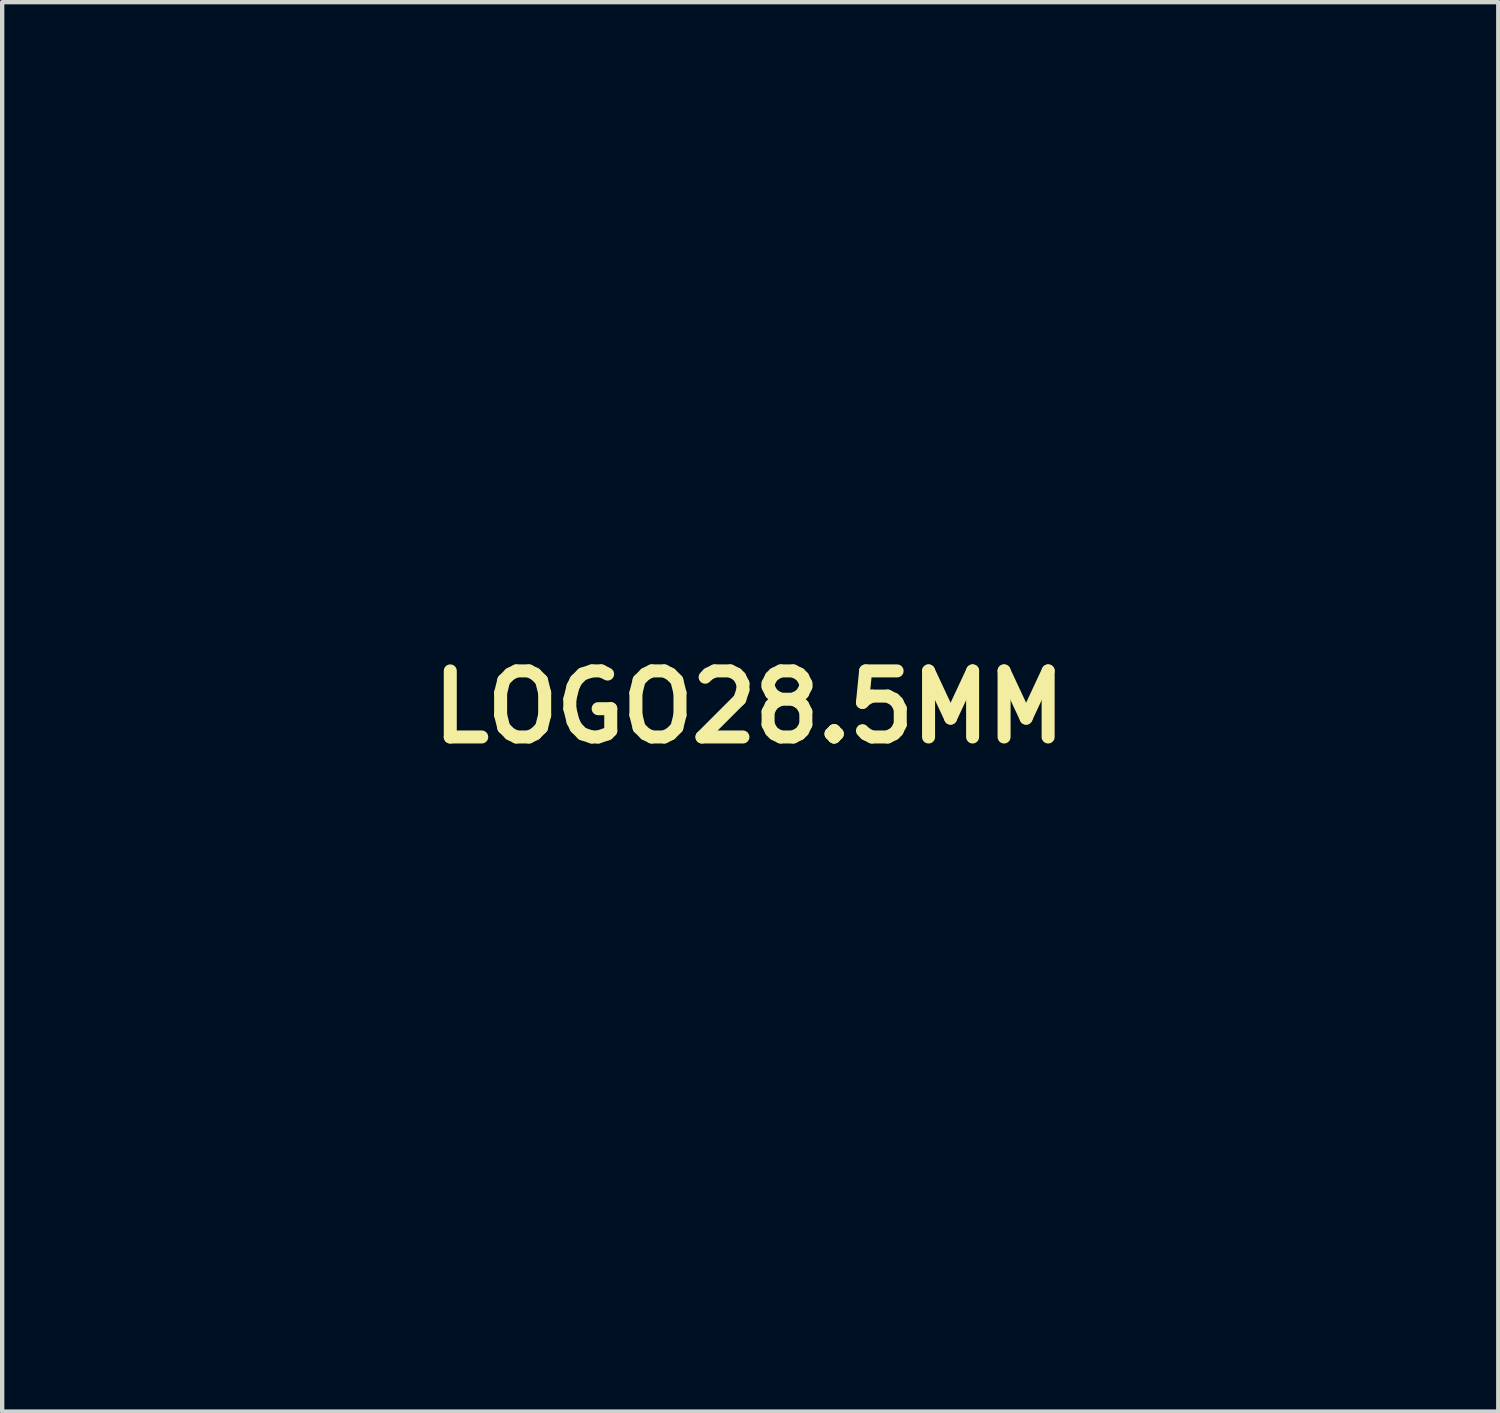
<source format=kicad_pcb>
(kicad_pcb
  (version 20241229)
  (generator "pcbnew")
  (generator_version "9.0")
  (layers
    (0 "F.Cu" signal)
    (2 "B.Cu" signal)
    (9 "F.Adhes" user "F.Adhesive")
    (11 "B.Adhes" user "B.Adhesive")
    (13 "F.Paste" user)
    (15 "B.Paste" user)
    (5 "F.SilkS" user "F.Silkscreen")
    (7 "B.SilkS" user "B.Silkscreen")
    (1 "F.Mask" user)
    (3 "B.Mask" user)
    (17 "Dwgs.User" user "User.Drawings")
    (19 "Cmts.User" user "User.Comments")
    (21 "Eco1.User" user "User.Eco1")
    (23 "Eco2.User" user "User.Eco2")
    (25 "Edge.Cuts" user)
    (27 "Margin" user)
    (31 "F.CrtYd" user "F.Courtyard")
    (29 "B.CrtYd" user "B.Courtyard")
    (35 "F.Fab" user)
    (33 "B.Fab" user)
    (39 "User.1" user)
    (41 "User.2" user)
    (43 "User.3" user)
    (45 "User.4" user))
  (footprint "LOGO28.5MM"
    (layer "F.Cu")
    (at 14.229 13.258)
    (property "Reference" "LOGO28.5MM" (at 0 0 0) (layer "F.SilkS") (effects (font (size 1.524 1.524) (thickness 0.3))))
    (attr through_hole)
    (fp_poly (pts (xy -0.837 -13.252) (xy -0.458 -13.239) (xy -0.043 -13.212) (xy 0.425 -13.169) (xy 0.963 -13.111) (xy 1.585 -13.034) (xy 2.027 -12.977) (xy 2.458 -12.919) (xy 2.803 -12.87) (xy 3.085 -12.822) (xy 3.329 -12.772) (xy 3.562 -12.714) (xy 3.807 -12.642) (xy 4.089 -12.55) (xy 4.341 -12.464) (xy 5.156 -12.183) (xy 5.874 -11.924) (xy 6.506 -11.68) (xy 7.063 -11.442) (xy 7.557 -11.203) (xy 8 -10.955) (xy 8.402 -10.689) (xy 8.775 -10.397) (xy 9.131 -10.073) (xy 9.48 -9.706) (xy 9.835 -9.29) (xy 10.206 -8.817) (xy 10.605 -8.277) (xy 10.945 -7.803) (xy 11.322 -7.2) (xy 11.663 -6.507) (xy 11.957 -5.747) (xy 12.142 -5.145) (xy 12.333 -4.448) (xy 12.662 -4.223) (xy 12.862 -4.074) (xy 13.098 -3.881) (xy 13.325 -3.682) (xy 13.37 -3.639) (xy 13.688 -3.283) (xy 13.95 -2.876) (xy 14.144 -2.445) (xy 14.254 -2.018) (xy 14.271 -1.852) (xy 14.267 -1.493) (xy 14.221 -1.083) (xy 14.143 -0.666) (xy 14.04 -0.284) (xy 13.95 -0.046) (xy 13.845 0.17) (xy 13.712 0.421) (xy 13.563 0.686) (xy 13.409 0.947) (xy 13.261 1.186) (xy 13.131 1.383) (xy 13.029 1.52) (xy 12.968 1.579) (xy 12.963 1.58) (xy 12.905 1.536) (xy 12.804 1.414) (xy 12.674 1.235) (xy 12.556 1.058) (xy 12.371 0.79) (xy 12.155 0.509) (xy 11.944 0.26) (xy 11.854 0.164) (xy 11.661 -0.024) (xy 11.504 -0.151) (xy 11.344 -0.241) (xy 11.141 -0.32) (xy 11.035 -0.356) (xy 10.747 -0.444) (xy 10.417 -0.536) (xy 10.116 -0.612) (xy 10.104 -0.615) (xy 9.811 -0.691) (xy 9.477 -0.786) (xy 9.168 -0.884) (xy 9.126 -0.898) (xy 8.629 -1.068) (xy 7.659 -0.93) (xy 7.085 -0.856) (xy 6.595 -0.812) (xy 6.161 -0.797) (xy 5.76 -0.81) (xy 5.365 -0.852) (xy 5.195 -0.877) (xy 4.723 -0.922) (xy 4.193 -0.92) (xy 3.65 -0.871) (xy 3.189 -0.79) (xy 2.886 -0.695) (xy 2.523 -0.538) (xy 2.125 -0.333) (xy 1.714 -0.095) (xy 1.315 0.163) (xy 0.952 0.427) (xy 0.649 0.681) (xy 0.553 0.774) (xy 0.394 0.939) (xy 0.298 1.059) (xy 0.248 1.167) (xy 0.228 1.296) (xy 0.222 1.439) (xy 0.224 1.607) (xy 0.245 1.757) (xy 0.295 1.922) (xy 0.381 2.132) (xy 0.477 2.341) (xy 0.713 2.818) (xy 0.934 3.201) (xy 1.157 3.504) (xy 1.399 3.742) (xy 1.678 3.93) (xy 2.011 4.081) (xy 2.414 4.21) (xy 2.794 4.306) (xy 3.184 4.397) (xy 3.488 4.465) (xy 3.73 4.511) (xy 3.936 4.537) (xy 4.128 4.544) (xy 4.331 4.536) (xy 4.569 4.512) (xy 4.868 4.475) (xy 4.996 4.459) (xy 5.561 4.381) (xy 6.028 4.301) (xy 6.413 4.213) (xy 6.729 4.113) (xy 6.991 3.996) (xy 7.215 3.857) (xy 7.416 3.69) (xy 7.508 3.598) (xy 7.679 3.382) (xy 7.876 3.067) (xy 8.094 2.661) (xy 8.327 2.176) (xy 8.526 1.722) (xy 8.649 1.443) (xy 8.743 1.256) (xy 8.818 1.143) (xy 8.883 1.091) (xy 8.911 1.083) (xy 9.024 1.103) (xy 9.065 1.151) (xy 9.059 1.235) (xy 9.019 1.407) (xy 8.951 1.648) (xy 8.861 1.939) (xy 8.755 2.264) (xy 8.639 2.603) (xy 8.519 2.939) (xy 8.402 3.253) (xy 8.293 3.528) (xy 8.199 3.744) (xy 8.184 3.776) (xy 8.03 4.075) (xy 7.869 4.341) (xy 7.684 4.595) (xy 7.458 4.859) (xy 7.176 5.153) (xy 6.86 5.461) (xy 6.197 6.094) (xy 5.568 6.305) (xy 5.287 6.397) (xy 5.072 6.457) (xy 4.884 6.491) (xy 4.684 6.506) (xy 4.43 6.507) (xy 4.29 6.505) (xy 3.901 6.494) (xy 3.614 6.472) (xy 3.417 6.438) (xy 3.299 6.39) (xy 3.249 6.324) (xy 3.246 6.296) (xy 3.278 6.222) (xy 3.387 6.151) (xy 3.584 6.073) (xy 3.879 5.961) (xy 4.068 5.869) (xy 4.149 5.796) (xy 4.141 5.758) (xy 4.073 5.727) (xy 3.931 5.679) (xy 3.742 5.621) (xy 3.534 5.561) (xy 3.333 5.508) (xy 3.168 5.468) (xy 3.067 5.449) (xy 3.048 5.452) (xy 3.094 5.487) (xy 3.213 5.555) (xy 3.334 5.618) (xy 3.515 5.725) (xy 3.596 5.815) (xy 3.601 5.859) (xy 3.576 5.906) (xy 3.507 5.936) (xy 3.373 5.956) (xy 3.154 5.968) (xy 3.061 5.971) (xy 2.835 5.981) (xy 2.658 5.995) (xy 2.555 6.01) (xy 2.54 6.018) (xy 2.567 6.077) (xy 2.637 6.208) (xy 2.737 6.384) (xy 2.761 6.425) (xy 2.914 6.667) (xy 3.072 6.871) (xy 3.249 7.045) (xy 3.457 7.195) (xy 3.71 7.328) (xy 4.02 7.45) (xy 4.401 7.567) (xy 4.864 7.687) (xy 5.424 7.815) (xy 5.557 7.844) (xy 6.166 7.956) (xy 6.73 8.011) (xy 7.275 8.008) (xy 7.832 7.946) (xy 8.429 7.823) (xy 9.003 7.665) (xy 9.671 7.435) (xy 10.253 7.17) (xy 10.773 6.854) (xy 11.254 6.474) (xy 11.66 6.081) (xy 12.002 5.711) (xy 12.291 5.376) (xy 12.539 5.054) (xy 12.759 4.724) (xy 12.964 4.364) (xy 13.169 3.954) (xy 13.386 3.473) (xy 13.552 3.084) (xy 13.668 2.818) (xy 13.775 2.592) (xy 13.862 2.425) (xy 13.921 2.337) (xy 13.931 2.328) (xy 14.02 2.316) (xy 14.069 2.37) (xy 14.08 2.502) (xy 14.054 2.721) (xy 14 3.001) (xy 13.842 3.734) (xy 13.695 4.371) (xy 13.553 4.924) (xy 13.411 5.408) (xy 13.26 5.837) (xy 13.097 6.226) (xy 12.913 6.588) (xy 12.703 6.937) (xy 12.46 7.288) (xy 12.178 7.655) (xy 11.851 8.051) (xy 11.616 8.326) (xy 11.413 8.558) (xy 11.25 8.735) (xy 11.103 8.875) (xy 10.948 8.997) (xy 10.761 9.121) (xy 10.519 9.266) (xy 10.267 9.41) (xy 9.637 9.76) (xy 9.077 10.047) (xy 8.567 10.275) (xy 8.09 10.449) (xy 7.625 10.574) (xy 7.153 10.655) (xy 6.654 10.698) (xy 6.11 10.706) (xy 5.5 10.685) (xy 5.298 10.674) (xy 4.878 10.649) (xy 4.562 10.631) (xy 4.341 10.623) (xy 4.208 10.623) (xy 4.152 10.634) (xy 4.166 10.657) (xy 4.24 10.691) (xy 4.367 10.738) (xy 4.431 10.761) (xy 4.811 10.894) (xy 5.133 10.997) (xy 5.421 11.074) (xy 5.699 11.129) (xy 5.991 11.165) (xy 6.32 11.187) (xy 6.712 11.198) (xy 7.189 11.202) (xy 7.253 11.202) (xy 7.678 11.203) (xy 8.004 11.205) (xy 8.243 11.21) (xy 8.409 11.218) (xy 8.515 11.231) (xy 8.575 11.25) (xy 8.601 11.275) (xy 8.608 11.308) (xy 8.608 11.315) (xy 8.602 11.359) (xy 8.578 11.396) (xy 8.523 11.428) (xy 8.423 11.457) (xy 8.267 11.487) (xy 8.042 11.519) (xy 7.735 11.558) (xy 7.335 11.604) (xy 7.112 11.629) (xy 6.37 11.698) (xy 5.672 11.73) (xy 4.985 11.724) (xy 4.278 11.68) (xy 3.518 11.596) (xy 2.987 11.521) (xy 2.603 11.461) (xy 2.225 11.397) (xy 1.879 11.336) (xy 1.591 11.28) (xy 1.388 11.236) (xy 1.378 11.233) (xy 1.17 11.171) (xy 0.926 11.082) (xy 0.666 10.976) (xy 0.413 10.864) (xy 0.188 10.754) (xy 0.012 10.657) (xy -0.093 10.583) (xy -0.113 10.553) (xy -0.158 10.503) (xy -0.184 10.499) (xy -0.258 10.468) (xy -0.4 10.384) (xy -0.584 10.264) (xy -0.698 10.185) (xy -1.141 9.871) (xy -0.953 10.133) (xy -0.65 10.497) (xy -0.31 10.786) (xy 0.091 11.017) (xy 0.576 11.205) (xy 0.646 11.228) (xy 0.878 11.29) (xy 1.205 11.366) (xy 1.614 11.451) (xy 2.089 11.544) (xy 2.614 11.641) (xy 3.174 11.739) (xy 3.754 11.835) (xy 4.084 11.888) (xy 4.478 11.953) (xy 4.771 12.008) (xy 4.971 12.059) (xy 5.091 12.108) (xy 5.139 12.159) (xy 5.127 12.217) (xy 5.091 12.26) (xy 5.021 12.273) (xy 4.853 12.281) (xy 4.603 12.283) (xy 4.285 12.281) (xy 3.916 12.275) (xy 3.509 12.264) (xy 3.08 12.251) (xy 2.645 12.234) (xy 2.218 12.215) (xy 1.815 12.194) (xy 1.45 12.172) (xy 1.14 12.149) (xy 0.931 12.129) (xy 0.068 11.985) (xy -0.774 11.742) (xy -1.333 11.524) (xy -1.577 11.42) (xy -1.779 11.337) (xy -1.918 11.283) (xy -1.975 11.265) (xy -1.976 11.265) (xy -1.928 11.305) (xy -1.798 11.381) (xy -1.608 11.484) (xy -1.377 11.603) (xy -1.127 11.727) (xy -0.877 11.846) (xy -0.649 11.95) (xy -0.536 11.999) (xy -0.329 12.079) (xy -0.039 12.186) (xy 0.311 12.31) (xy 0.694 12.442) (xy 1.088 12.574) (xy 1.214 12.616) (xy 1.619 12.75) (xy 1.928 12.856) (xy 2.154 12.939) (xy 2.307 13.003) (xy 2.401 13.055) (xy 2.446 13.098) (xy 2.455 13.129) (xy 2.436 13.196) (xy 2.368 13.233) (xy 2.235 13.242) (xy 2.024 13.223) (xy 1.719 13.177) (xy 1.693 13.173) (xy 0.866 13.032) (xy 0.141 12.901) (xy -0.492 12.777) (xy -1.045 12.658) (xy -1.527 12.542) (xy -1.949 12.426) (xy -2.321 12.307) (xy -2.654 12.184) (xy -2.827 12.112) (xy -3.206 11.93) (xy -3.592 11.707) (xy -3.994 11.435) (xy -4.42 11.108) (xy -4.881 10.717) (xy -5.386 10.257) (xy -5.944 9.718) (xy -6.33 9.332) (xy -6.631 9.026) (xy -6.867 8.782) (xy -7.053 8.58) (xy -7.202 8.403) (xy -7.33 8.232) (xy -7.451 8.05) (xy -7.579 7.836) (xy -7.731 7.574) (xy -7.737 7.564) (xy -8.091 6.931) (xy -8.387 6.371) (xy -8.635 5.865) (xy -8.842 5.393) (xy -9.015 4.936) (xy -9.164 4.474) (xy -9.297 3.99) (xy -9.367 3.697) (xy -9.474 3.239) (xy -8.845 3.239) (xy -8.833 3.528) (xy -8.796 3.986) (xy -8.763 4.35) (xy -8.73 4.641) (xy -8.692 4.879) (xy -8.645 5.081) (xy -8.585 5.269) (xy -8.508 5.462) (xy -8.409 5.679) (xy -8.35 5.803) (xy -8.204 6.099) (xy -8.019 6.457) (xy -7.815 6.839) (xy -7.611 7.211) (xy -7.51 7.389) (xy -7.001 8.279) (xy -5.857 9.403) (xy -5.297 9.946) (xy -4.795 10.412) (xy -4.34 10.808) (xy -3.916 11.143) (xy -3.51 11.426) (xy -3.108 11.663) (xy -2.695 11.863) (xy -2.258 12.035) (xy -1.783 12.187) (xy -1.256 12.327) (xy -0.663 12.462) (xy -0.598 12.476) (xy -0.265 12.546) (xy -0.026 12.595) (xy 0.133 12.624) (xy 0.227 12.637) (xy 0.272 12.635) (xy 0.282 12.623) (xy 0.233 12.596) (xy 0.102 12.543) (xy -0.086 12.474) (xy -0.155 12.449) (xy -0.557 12.292) (xy -1.013 12.086) (xy -1.488 11.848) (xy -1.948 11.597) (xy -2.359 11.35) (xy -2.576 11.204) (xy -2.088 11.204) (xy -2.06 11.232) (xy -2.032 11.204) (xy -2.06 11.176) (xy -2.088 11.204) (xy -2.576 11.204) (xy -2.596 11.191) (xy -2.816 11.022) (xy -3.088 10.793) (xy -3.388 10.528) (xy -3.69 10.248) (xy -3.908 10.037) (xy -4.193 9.751) (xy -4.412 9.521) (xy -4.582 9.327) (xy -4.72 9.149) (xy -4.843 8.965) (xy -4.967 8.756) (xy -5.015 8.67) (xy -5.249 8.219) (xy -5.43 7.791) (xy -5.569 7.352) (xy -5.677 6.869) (xy -5.765 6.308) (xy -5.767 6.294) (xy -5.811 5.935) (xy -5.838 5.653) (xy -5.849 5.416) (xy -5.844 5.188) (xy -5.825 4.936) (xy -5.815 4.826) (xy -5.747 4.241) (xy -5.669 3.737) (xy -5.572 3.285) (xy -5.447 2.854) (xy -5.287 2.411) (xy -5.083 1.928) (xy -4.976 1.693) (xy -4.836 1.397) (xy -4.73 1.191) (xy -4.649 1.064) (xy -4.585 1.001) (xy -4.541 0.988) (xy -4.485 0.998) (xy -4.451 1.039) (xy -4.443 1.124) (xy -4.461 1.267) (xy -4.506 1.481) (xy -4.58 1.78) (xy -4.654 2.06) (xy -4.737 2.377) (xy -4.794 2.619) (xy -4.828 2.817) (xy -4.845 3.005) (xy -4.847 3.215) (xy -4.839 3.482) (xy -4.836 3.556) (xy -4.748 4.499) (xy -4.556 5.476) (xy -4.259 6.489) (xy -3.857 7.54) (xy -3.523 8.281) (xy -3.265 8.755) (xy -2.981 9.147) (xy -2.645 9.487) (xy -2.229 9.804) (xy -2.207 9.819) (xy -1.845 10.063) (xy -2.019 9.759) (xy -2.256 9.262) (xy -2.393 8.769) (xy -2.437 8.251) (xy -2.437 8.235) (xy -2.43 8.032) (xy -2.411 7.773) (xy -2.384 7.483) (xy -2.351 7.186) (xy -2.315 6.906) (xy -2.279 6.668) (xy -2.245 6.497) (xy -2.221 6.421) (xy -2.145 6.373) (xy -2.051 6.423) (xy -1.951 6.56) (xy -1.91 6.646) (xy -1.744 7.015) (xy -1.564 7.39) (xy -1.38 7.754) (xy -1.202 8.084) (xy -1.041 8.362) (xy -0.908 8.568) (xy -0.847 8.647) (xy -0.69 8.803) (xy -0.476 8.983) (xy -0.236 9.164) (xy -0.001 9.323) (xy 0.196 9.436) (xy 0.259 9.464) (xy 0.277 9.446) (xy 0.225 9.358) (xy 0.114 9.214) (xy 0.052 9.141) (xy -0.348 8.662) (xy -0.673 8.231) (xy -0.936 7.826) (xy -1.147 7.421) (xy -1.319 6.993) (xy -1.464 6.519) (xy -1.594 5.975) (xy -1.635 5.774) (xy -1.695 5.485) (xy -1.748 5.237) (xy -1.791 5.05) (xy -1.818 4.946) (xy -1.824 4.93) (xy -1.859 4.966) (xy -1.931 5.079) (xy -2.026 5.25) (xy -2.057 5.307) (xy -2.193 5.536) (xy -2.304 5.66) (xy -2.393 5.677) (xy -2.459 5.586) (xy -2.505 5.386) (xy -2.53 5.077) (xy -2.537 4.815) (xy -2.512 4.341) (xy -2.423 3.922) (xy -2.258 3.512) (xy -2.215 3.426) (xy -2.018 3.108) (xy -1.782 2.851) (xy -1.478 2.628) (xy -1.278 2.512) (xy -1.062 2.411) (xy -0.928 2.387) (xy -0.869 2.444) (xy -0.882 2.588) (xy -0.951 2.797) (xy -1.032 3.02) (xy -1.066 3.143) (xy -1.055 3.164) (xy -1.001 3.081) (xy -0.904 2.895) (xy -0.881 2.849) (xy -0.756 2.615) (xy -0.593 2.341) (xy -0.421 2.075) (xy -0.373 2.005) (xy -0.223 1.787) (xy -0.13 1.628) (xy -0.079 1.499) (xy -0.059 1.371) (xy -0.056 1.269) (xy -0.052 1.127) (xy -0.029 1.019) (xy 0.029 0.916) (xy 0.137 0.789) (xy 0.296 0.625) (xy 0.67 0.288) (xy 1.115 -0.05) (xy 1.603 -0.369) (xy 2.103 -0.65) (xy 2.584 -0.875) (xy 2.887 -0.986) (xy 3.326 -1.096) (xy 3.824 -1.17) (xy 4.339 -1.206) (xy 4.83 -1.201) (xy 5.221 -1.159) (xy 5.704 -1.096) (xy 6.202 -1.077) (xy 6.745 -1.102) (xy 7.336 -1.166) (xy 8.04 -1.26) (xy 7.759 -1.356) (xy 7.539 -1.439) (xy 7.318 -1.534) (xy 7.248 -1.569) (xy 7.047 -1.644) (xy 6.766 -1.713) (xy 6.436 -1.772) (xy 6.09 -1.816) (xy 5.76 -1.84) (xy 5.479 -1.84) (xy 5.419 -1.835) (xy 5.21 -1.81) (xy 4.93 -1.772) (xy 4.62 -1.726) (xy 4.38 -1.687) (xy 4.113 -1.646) (xy 3.882 -1.616) (xy 3.714 -1.602) (xy 3.632 -1.604) (xy 3.561 -1.662) (xy 3.584 -1.75) (xy 3.704 -1.869) (xy 3.888 -1.999) (xy 4.42 -1.999) (xy 4.477 -2.003) (xy 4.622 -2.02) (xy 4.834 -2.046) (xy 5.052 -2.074) (xy 5.341 -2.109) (xy 5.574 -2.125) (xy 5.792 -2.124) (xy 6.038 -2.104) (xy 6.352 -2.066) (xy 6.356 -2.066) (xy 6.751 -2.004) (xy 7.065 -1.933) (xy 7.327 -1.843) (xy 7.408 -1.809) (xy 7.632 -1.716) (xy 7.943 -1.6) (xy 8.319 -1.469) (xy 8.736 -1.329) (xy 9.174 -1.188) (xy 9.609 -1.053) (xy 10.019 -0.931) (xy 10.383 -0.83) (xy 10.524 -0.793) (xy 10.82 -0.713) (xy 11.106 -0.624) (xy 11.348 -0.54) (xy 11.494 -0.479) (xy 11.751 -0.313) (xy 12.034 -0.061) (xy 12.326 0.261) (xy 12.611 0.634) (xy 12.689 0.748) (xy 12.799 0.914) (xy 12.88 1.021) (xy 12.947 1.063) (xy 13.015 1.035) (xy 13.098 0.928) (xy 13.211 0.738) (xy 13.367 0.458) (xy 13.371 0.452) (xy 13.592 0.033) (xy 13.752 -0.332) (xy 13.864 -0.679) (xy 13.94 -1.038) (xy 13.945 -1.07) (xy 13.986 -1.637) (xy 13.922 -2.163) (xy 13.752 -2.65) (xy 13.476 -3.1) (xy 13.116 -3.492) (xy 12.795 -3.769) (xy 12.492 -3.989) (xy 12.183 -4.159) (xy 11.844 -4.291) (xy 11.453 -4.395) (xy 10.986 -4.478) (xy 10.658 -4.524) (xy 10.266 -4.554) (xy 9.867 -4.541) (xy 9.45 -4.484) (xy 9.008 -4.378) (xy 8.53 -4.22) (xy 8.008 -4.007) (xy 7.433 -3.735) (xy 6.795 -3.401) (xy 6.085 -3.002) (xy 5.492 -2.654) (xy 5.181 -2.467) (xy 4.905 -2.301) (xy 4.679 -2.163) (xy 4.516 -2.063) (xy 4.43 -2.007) (xy 4.42 -1.999) (xy 3.888 -1.999) (xy 3.925 -2.025) (xy 4.045 -2.1) (xy 4.533 -2.399) (xy 1.547 -2.427) (xy 0.89 -2.433) (xy 0.337 -2.439) (xy -0.121 -2.445) (xy -0.492 -2.451) (xy -0.787 -2.458) (xy -1.013 -2.466) (xy -1.18 -2.475) (xy -1.297 -2.487) (xy -1.373 -2.5) (xy -1.415 -2.516) (xy -1.435 -2.536) (xy -1.439 -2.559) (xy -1.439 -2.56) (xy -1.413 -2.617) (xy -1.327 -2.685) (xy -1.274 -2.715) (xy -0.593 -2.715) (xy 2.215 -2.712) (xy 5.022 -2.709) (xy 5.812 -3.17) (xy 6.602 -3.63) (xy 6.363 -4.079) (xy 6.17 -4.42) (xy 5.985 -4.683) (xy 5.788 -4.881) (xy 5.557 -5.03) (xy 5.27 -5.146) (xy 4.906 -5.244) (xy 4.624 -5.304) (xy 4.35 -5.356) (xy 4.15 -5.385) (xy 3.988 -5.392) (xy 3.828 -5.378) (xy 3.632 -5.345) (xy 3.601 -5.339) (xy 3.353 -5.281) (xy 3.112 -5.207) (xy 2.93 -5.134) (xy 2.928 -5.133) (xy 2.685 -5.009) (xy 2.925 -4.917) (xy 3.093 -4.836) (xy 3.285 -4.717) (xy 3.474 -4.579) (xy 3.636 -4.443) (xy 3.747 -4.327) (xy 3.782 -4.257) (xy 3.778 -4.219) (xy 3.756 -4.186) (xy 3.698 -4.148) (xy 3.588 -4.097) (xy 3.409 -4.024) (xy 3.145 -3.92) (xy 3.09 -3.899) (xy 2.856 -3.798) (xy 2.568 -3.658) (xy 2.265 -3.501) (xy 2.056 -3.384) (xy 1.754 -3.218) (xy 1.535 -3.117) (xy 1.392 -3.08) (xy 1.316 -3.103) (xy 1.298 -3.163) (xy 1.331 -3.295) (xy 1.416 -3.479) (xy 1.534 -3.682) (xy 1.665 -3.869) (xy 1.787 -4.005) (xy 1.796 -4.012) (xy 2.004 -4.189) (xy 1.694 -4.151) (xy 1.536 -4.125) (xy 1.411 -4.082) (xy 1.287 -4.003) (xy 1.134 -3.871) (xy 1.017 -3.76) (xy 0.629 -3.416) (xy 0.256 -3.147) (xy -0.142 -2.924) (xy -0.243 -2.876) (xy -0.593 -2.715) (xy -1.274 -2.715) (xy -1.166 -2.773) (xy -0.919 -2.889) (xy -0.758 -2.96) (xy -0.36 -3.139) (xy -0.039 -3.305) (xy 0.236 -3.476) (xy 0.494 -3.672) (xy 0.768 -3.913) (xy 0.819 -3.96) (xy 1 -4.141) (xy 1.144 -4.315) (xy 1.272 -4.516) (xy 1.409 -4.778) (xy 1.461 -4.885) (xy 1.597 -5.152) (xy 1.743 -5.41) (xy 1.878 -5.624) (xy 1.957 -5.731) (xy 2.207 -5.961) (xy 2.569 -6.185) (xy 3.04 -6.404) (xy 3.576 -6.601) (xy 3.804 -6.683) (xy 3.985 -6.76) (xy 4.097 -6.821) (xy 4.122 -6.849) (xy 4.149 -7.16) (xy 4.194 -7.406) (xy 5.453 -7.406) (xy 5.459 -7.058) (xy 5.545 -6.709) (xy 5.699 -6.399) (xy 5.806 -6.262) (xy 6.015 -6.109) (xy 6.296 -6.006) (xy 6.615 -5.955) (xy 6.94 -5.96) (xy 7.238 -6.026) (xy 7.353 -6.075) (xy 7.51 -6.166) (xy 7.671 -6.275) (xy 7.807 -6.379) (xy 7.889 -6.459) (xy 7.902 -6.484) (xy 7.858 -6.533) (xy 7.752 -6.605) (xy 7.744 -6.609) (xy 7.629 -6.655) (xy 7.473 -6.677) (xy 7.247 -6.679) (xy 7.104 -6.673) (xy 6.796 -6.667) (xy 6.582 -6.687) (xy 6.495 -6.715) (xy 6.372 -6.832) (xy 6.272 -7.02) (xy 6.215 -7.235) (xy 6.209 -7.325) (xy 6.178 -7.502) (xy 6.074 -7.618) (xy 5.883 -7.687) (xy 5.779 -7.704) (xy 5.491 -7.741) (xy 5.453 -7.406) (xy 4.194 -7.406) (xy 4.209 -7.49) (xy 4.292 -7.795) (xy 4.386 -8.028) (xy 4.473 -8.194) (xy 4.538 -8.319) (xy 4.562 -8.368) (xy 4.527 -8.397) (xy 4.416 -8.41) (xy 4.404 -8.41) (xy 4.28 -8.388) (xy 4.144 -8.312) (xy 3.969 -8.166) (xy 3.921 -8.121) (xy 3.725 -7.951) (xy 3.589 -7.872) (xy 3.502 -7.886) (xy 3.457 -7.995) (xy 3.443 -8.201) (xy 3.443 -8.209) (xy 3.497 -8.597) (xy 3.584 -8.839) (xy 3.659 -9.02) (xy 3.71 -9.165) (xy 3.725 -9.232) (xy 3.676 -9.327) (xy 3.536 -9.458) (xy 3.32 -9.613) (xy 3.042 -9.783) (xy 2.808 -9.91) (xy 2.544 -10.057) (xy 2.382 -10.173) (xy 2.317 -10.265) (xy 2.342 -10.337) (xy 2.369 -10.356) (xy 2.45 -10.363) (xy 2.619 -10.347) (xy 2.853 -10.313) (xy 3.13 -10.265) (xy 3.427 -10.206) (xy 3.721 -10.14) (xy 3.852 -10.107) (xy 4.308 -9.957) (xy 4.814 -9.732) (xy 5.349 -9.444) (xy 5.891 -9.107) (xy 6.42 -8.732) (xy 6.914 -8.332) (xy 7.056 -8.206) (xy 7.391 -7.916) (xy 7.706 -7.682) (xy 8.03 -7.488) (xy 8.387 -7.321) (xy 8.806 -7.166) (xy 9.249 -7.027) (xy 9.634 -6.923) (xy 9.939 -6.865) (xy 10.188 -6.855) (xy 10.405 -6.893) (xy 10.613 -6.98) (xy 10.753 -7.062) (xy 11.014 -7.227) (xy 10.803 -7.522) (xy 10.356 -8.138) (xy 9.953 -8.676) (xy 9.582 -9.145) (xy 9.231 -9.554) (xy 8.888 -9.91) (xy 8.54 -10.224) (xy 8.176 -10.504) (xy 7.784 -10.757) (xy 7.352 -10.994) (xy 6.868 -11.222) (xy 6.319 -11.451) (xy 5.695 -11.688) (xy 4.983 -11.943) (xy 4.431 -12.134) (xy 3.246 -12.543) (xy 1.75 -12.505) (xy 0.907 -12.482) (xy 0.167 -12.456) (xy -0.481 -12.427) (xy -1.047 -12.393) (xy -1.542 -12.354) (xy -1.976 -12.309) (xy -2.359 -12.257) (xy -2.701 -12.197) (xy -3.014 -12.128) (xy -3.288 -12.054) (xy -3.604 -11.957) (xy -3.914 -11.853) (xy -4.201 -11.749) (xy -4.449 -11.651) (xy -4.641 -11.566) (xy -4.761 -11.5) (xy -4.793 -11.46) (xy -4.788 -11.457) (xy -4.696 -11.431) (xy -4.528 -11.402) (xy -4.348 -11.381) (xy -3.852 -11.306) (xy -3.374 -11.179) (xy -2.874 -10.986) (xy -2.659 -10.888) (xy -2.295 -10.711) (xy -1.954 -10.534) (xy -1.649 -10.366) (xy -1.395 -10.216) (xy -1.206 -10.091) (xy -1.095 -9.999) (xy -1.072 -9.96) (xy -1.116 -9.891) (xy -1.231 -9.785) (xy -1.392 -9.663) (xy -1.397 -9.66) (xy -1.596 -9.513) (xy -1.777 -9.364) (xy -1.923 -9.225) (xy -2.02 -9.114) (xy -2.052 -9.045) (xy -2.029 -9.03) (xy -1.712 -9.01) (xy -1.336 -8.961) (xy -0.947 -8.892) (xy -0.593 -8.81) (xy -0.403 -8.753) (xy -0.061 -8.631) (xy 0.283 -8.496) (xy 0.613 -8.356) (xy 0.914 -8.22) (xy 1.168 -8.093) (xy 1.36 -7.985) (xy 1.472 -7.902) (xy 1.496 -7.864) (xy 1.466 -7.807) (xy 1.367 -7.74) (xy 1.187 -7.656) (xy 0.911 -7.548) (xy 0.903 -7.546) (xy 0.369 -7.344) (xy -0.17 -7.135) (xy -0.697 -6.926) (xy -1.194 -6.723) (xy -1.642 -6.535) (xy -2.026 -6.369) (xy -2.326 -6.23) (xy -2.399 -6.195) (xy -2.756 -6.009) (xy -3.098 -5.814) (xy -3.44 -5.599) (xy -3.793 -5.356) (xy -4.17 -5.074) (xy -4.586 -4.744) (xy -5.051 -4.358) (xy -5.58 -3.905) (xy -5.786 -3.726) (xy -6.122 -3.432) (xy -6.387 -3.2) (xy -6.59 -3.019) (xy -6.746 -2.875) (xy -6.865 -2.758) (xy -6.962 -2.655) (xy -7.047 -2.555) (xy -7.133 -2.445) (xy -7.2 -2.356) (xy -7.351 -2.145) (xy -7.486 -1.922) (xy -7.614 -1.671) (xy -7.743 -1.372) (xy -7.881 -1.01) (xy -8.036 -0.566) (xy -8.13 -0.282) (xy -8.396 0.58) (xy -8.6 1.356) (xy -8.742 2.053) (xy -8.823 2.679) (xy -8.845 3.239) (xy -9.474 3.239) (xy -9.524 3.02) (xy -9.574 3.528) (xy -9.589 3.743) (xy -9.602 4.045) (xy -9.612 4.405) (xy -9.619 4.799) (xy -9.621 5.198) (xy -9.621 5.249) (xy -9.619 5.597) (xy -9.615 5.892) (xy -9.606 6.15) (xy -9.589 6.39) (xy -9.562 6.628) (xy -9.523 6.881) (xy -9.468 7.165) (xy -9.395 7.498) (xy -9.303 7.897) (xy -9.187 8.379) (xy -9.107 8.712) (xy -9.012 9.113) (xy -8.947 9.417) (xy -8.911 9.634) (xy -8.904 9.776) (xy -8.925 9.854) (xy -8.973 9.879) (xy -9.047 9.862) (xy -9.099 9.807) (xy -9.201 9.671) (xy -9.345 9.467) (xy -9.521 9.208) (xy -9.72 8.91) (xy -9.933 8.586) (xy -10.15 8.251) (xy -10.363 7.917) (xy -10.562 7.599) (xy -10.739 7.311) (xy -10.883 7.068) (xy -10.92 7.003) (xy -11.209 6.461) (xy -11.497 5.863) (xy -11.767 5.244) (xy -12.005 4.641) (xy -12.195 4.09) (xy -12.213 4.03) (xy -12.345 3.594) (xy -12.448 3.242) (xy -12.525 2.948) (xy -12.581 2.69) (xy -12.62 2.441) (xy -12.646 2.178) (xy -12.663 1.877) (xy -12.674 1.513) (xy -12.682 1.185) (xy -12.691 0.756) (xy -12.694 0.413) (xy -12.691 0.131) (xy -12.679 -0.116) (xy -12.658 -0.353) (xy -12.626 -0.608) (xy -12.581 -0.905) (xy -12.566 -1.003) (xy -12.503 -1.362) (xy -12.43 -1.727) (xy -12.352 -2.065) (xy -12.279 -2.34) (xy -12.252 -2.426) (xy -12.144 -2.723) (xy -12.004 -3.08) (xy -11.838 -3.475) (xy -11.658 -3.888) (xy -11.472 -4.299) (xy -11.29 -4.687) (xy -11.12 -5.031) (xy -10.973 -5.31) (xy -10.859 -5.503) (xy -10.719 -5.692) (xy -10.52 -5.93) (xy -10.287 -6.188) (xy -10.044 -6.438) (xy -9.998 -6.483) (xy -9.502 -6.952) (xy -9.057 -7.337) (xy -8.651 -7.65) (xy -8.268 -7.898) (xy -7.895 -8.092) (xy -7.519 -8.241) (xy -7.358 -8.292) (xy -7.122 -8.357) (xy -6.838 -8.428) (xy -6.527 -8.5) (xy -6.21 -8.568) (xy -5.908 -8.63) (xy -5.641 -8.68) (xy -5.431 -8.714) (xy -5.299 -8.727) (xy -5.268 -8.725) (xy -5.202 -8.673) (xy -5.215 -8.591) (xy -5.313 -8.471) (xy -5.499 -8.305) (xy -5.617 -8.21) (xy -5.941 -7.934) (xy -6.179 -7.671) (xy -6.347 -7.393) (xy -6.462 -7.072) (xy -6.542 -6.689) (xy -6.563 -6.525) (xy -6.588 -6.298) (xy -6.614 -6.029) (xy -6.639 -5.741) (xy -6.661 -5.457) (xy -6.679 -5.199) (xy -6.69 -4.991) (xy -6.694 -4.854) (xy -6.69 -4.812) (xy -6.644 -4.839) (xy -6.523 -4.923) (xy -6.343 -5.053) (xy -6.119 -5.219) (xy -5.964 -5.335) (xy -5.409 -5.745) (xy -4.918 -6.091) (xy -4.469 -6.382) (xy -4.043 -6.628) (xy -3.617 -6.839) (xy -3.173 -7.026) (xy -2.688 -7.199) (xy -2.142 -7.368) (xy -1.514 -7.542) (xy -1.365 -7.582) (xy -0.445 -7.826) (xy -1.008 -7.929) (xy -1.343 -7.982) (xy -1.648 -8.009) (xy -1.939 -8.006) (xy -2.234 -7.969) (xy -2.547 -7.895) (xy -2.896 -7.779) (xy -3.296 -7.618) (xy -3.764 -7.409) (xy -4.231 -7.188) (xy -4.541 -7.042) (xy -4.819 -6.918) (xy -5.048 -6.822) (xy -5.212 -6.762) (xy -5.293 -6.744) (xy -5.296 -6.744) (xy -5.339 -6.775) (xy -5.349 -6.831) (xy -5.321 -6.924) (xy -5.248 -7.067) (xy -5.124 -7.272) (xy -4.945 -7.552) (xy -4.841 -7.71) (xy -4.34 -8.392) (xy -3.801 -8.976) (xy -3.213 -9.47) (xy -3.113 -9.542) (xy -2.762 -9.79) (xy -3.343 -9.947) (xy -4.002 -10.114) (xy -4.591 -10.233) (xy -5.139 -10.308) (xy -5.678 -10.339) (xy -6.239 -10.329) (xy -6.851 -10.28) (xy -7.352 -10.221) (xy -7.7 -10.173) (xy -7.984 -10.125) (xy -8.237 -10.07) (xy -8.493 -9.998) (xy -8.784 -9.902) (xy -9.144 -9.774) (xy -9.182 -9.76) (xy -9.777 -9.538) (xy -10.285 -9.338) (xy -10.727 -9.149) (xy -11.124 -8.959) (xy -11.497 -8.756) (xy -11.867 -8.531) (xy -12.255 -8.271) (xy -12.682 -7.965) (xy -13.056 -7.687) (xy -13.415 -7.421) (xy -13.694 -7.222) (xy -13.905 -7.085) (xy -14.054 -7.006) (xy -14.151 -6.98) (xy -14.204 -7.002) (xy -14.224 -7.069) (xy -14.224 -7.087) (xy -14.191 -7.175) (xy -14.101 -7.335) (xy -13.967 -7.548) (xy -13.799 -7.796) (xy -13.612 -8.062) (xy -13.417 -8.329) (xy -13.227 -8.577) (xy -13.054 -8.79) (xy -12.973 -8.882) (xy -12.792 -9.069) (xy -12.551 -9.297) (xy -12.282 -9.538) (xy -12.015 -9.765) (xy -11.998 -9.778) (xy -11.773 -9.964) (xy -11.581 -10.127) (xy -11.439 -10.252) (xy -11.363 -10.326) (xy -11.354 -10.337) (xy -11.301 -10.383) (xy -11.169 -10.473) (xy -10.975 -10.596) (xy -10.737 -10.74) (xy -10.656 -10.788) (xy -10.214 -11.033) (xy -9.69 -11.299) (xy -9.11 -11.572) (xy -8.498 -11.842) (xy -7.881 -12.096) (xy -7.783 -12.135) (xy -7.139 -12.358) (xy -6.4 -12.564) (xy -5.582 -12.749) (xy -4.703 -12.911) (xy -3.779 -13.046) (xy -2.828 -13.152) (xy -1.866 -13.225) (xy -1.546 -13.242) (xy -1.194 -13.253) (xy -0.837 -13.252)) (stroke (width 0.01) (type solid)) (fill yes) (layer "F.Mask")))
  (gr_rect
    (start -3 -3)
    (end 31.505 29.505)
    (stroke (width 0.1) (type default))
    (fill no)
    (layer "Edge.Cuts")))
</source>
